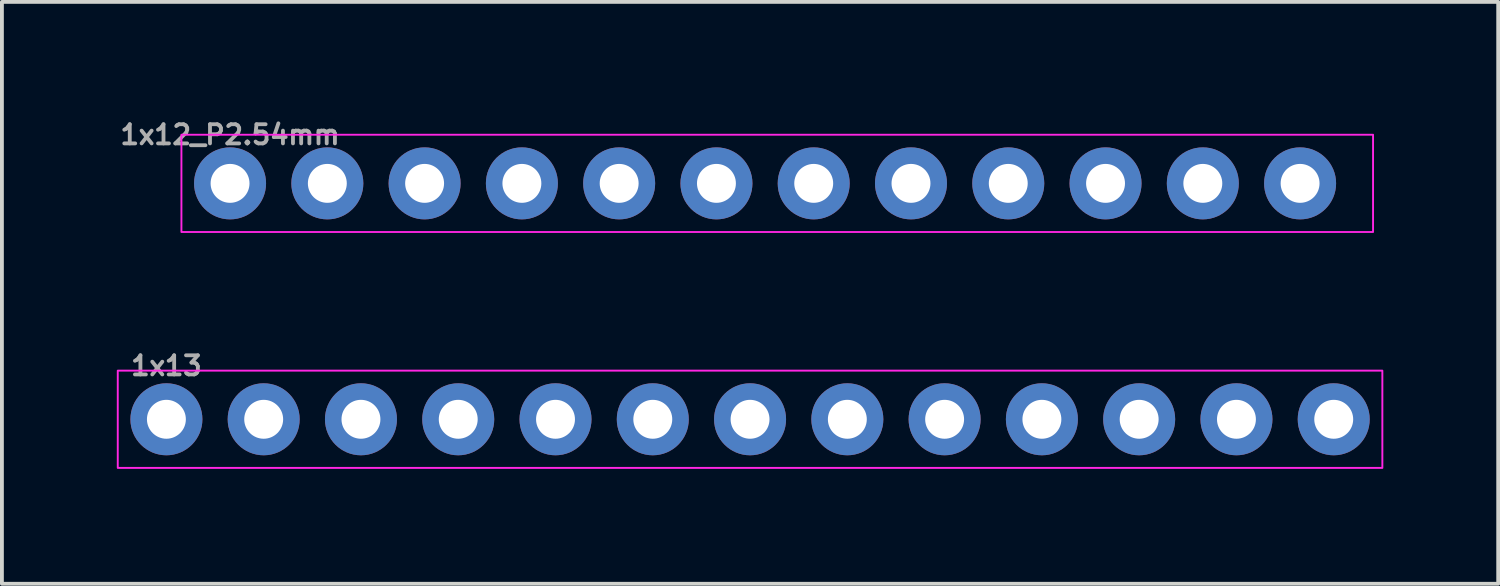
<source format=kicad_pcb>
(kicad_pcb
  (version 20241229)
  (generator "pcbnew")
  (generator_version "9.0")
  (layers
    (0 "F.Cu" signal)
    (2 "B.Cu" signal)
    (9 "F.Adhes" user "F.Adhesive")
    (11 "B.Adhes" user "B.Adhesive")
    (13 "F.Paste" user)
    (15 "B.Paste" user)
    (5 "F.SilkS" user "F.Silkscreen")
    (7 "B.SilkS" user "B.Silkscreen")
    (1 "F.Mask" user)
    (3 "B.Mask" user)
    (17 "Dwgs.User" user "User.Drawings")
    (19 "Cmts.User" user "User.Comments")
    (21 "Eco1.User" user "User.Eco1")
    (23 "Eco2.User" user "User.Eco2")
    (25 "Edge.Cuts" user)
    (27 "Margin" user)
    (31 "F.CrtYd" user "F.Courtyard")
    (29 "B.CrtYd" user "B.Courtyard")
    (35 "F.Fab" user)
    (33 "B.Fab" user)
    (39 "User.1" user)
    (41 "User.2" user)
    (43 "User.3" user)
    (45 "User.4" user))
  (footprint "1x13"
    (layer "F.Cu")
    (at 1.295 7.898)
    (property "Reference" "1x13" (at 0 -1.397 0) (layer "F.Fab") (effects (font (size 0.5 0.5) (thickness 0.1))))
    (fp_rect (start -1.27 -1.27) (end 31.75 1.27) (stroke (width 0.05) (type default)) (fill no) (layer "F.CrtYd"))
    (fp_poly (pts (xy -0.254 0.254) (xy 0.254 0.254) (xy 0.254 -0.254) (xy -0.254 -0.254)) (stroke (width 0.1) (type default)) (fill no) (layer "F.Fab"))
    (fp_poly (pts (xy 2.286 0.254) (xy 2.794 0.254) (xy 2.794 -0.254) (xy 2.286 -0.254)) (stroke (width 0.1) (type default)) (fill no) (layer "F.Fab"))
    (fp_poly (pts (xy 4.826 0.254) (xy 5.334 0.254) (xy 5.334 -0.254) (xy 4.826 -0.254)) (stroke (width 0.1) (type default)) (fill no) (layer "F.Fab"))
    (fp_poly (pts (xy 7.366 0.254) (xy 7.874 0.254) (xy 7.874 -0.254) (xy 7.366 -0.254)) (stroke (width 0.1) (type default)) (fill no) (layer "F.Fab"))
    (fp_poly (pts (xy 9.906 0.254) (xy 10.414 0.254) (xy 10.414 -0.254) (xy 9.906 -0.254)) (stroke (width 0.1) (type default)) (fill no) (layer "F.Fab"))
    (fp_poly (pts (xy 12.446 0.254) (xy 12.954 0.254) (xy 12.954 -0.254) (xy 12.446 -0.254)) (stroke (width 0.1) (type default)) (fill no) (layer "F.Fab"))
    (fp_poly (pts (xy 14.986 0.254) (xy 15.494 0.254) (xy 15.494 -0.254) (xy 14.986 -0.254)) (stroke (width 0.1) (type default)) (fill no) (layer "F.Fab"))
    (fp_poly (pts (xy 17.526 0.254) (xy 18.034 0.254) (xy 18.034 -0.254) (xy 17.526 -0.254)) (stroke (width 0.1) (type default)) (fill no) (layer "F.Fab"))
    (fp_poly (pts (xy 20.066 0.254) (xy 20.574 0.254) (xy 20.574 -0.254) (xy 20.066 -0.254)) (stroke (width 0.1) (type default)) (fill no) (layer "F.Fab"))
    (fp_poly (pts (xy 22.606 0.254) (xy 23.114 0.254) (xy 23.114 -0.254) (xy 22.606 -0.254)) (stroke (width 0.1) (type default)) (fill no) (layer "F.Fab"))
    (fp_poly (pts (xy 25.146 0.254) (xy 25.654 0.254) (xy 25.654 -0.254) (xy 25.146 -0.254)) (stroke (width 0.1) (type default)) (fill no) (layer "F.Fab"))
    (fp_poly (pts (xy 27.686 0.254) (xy 28.194 0.254) (xy 28.194 -0.254) (xy 27.686 -0.254)) (stroke (width 0.1) (type default)) (fill no) (layer "F.Fab"))
    (fp_poly (pts (xy 30.226 0.254) (xy 30.734 0.254) (xy 30.734 -0.254) (xy 30.226 -0.254)) (stroke (width 0.1) (type default)) (fill no) (layer "F.Fab"))
    (pad "1" thru_hole circle (at 0 0 90) (size 1.88 1.88) (drill 1.016) (layers "*.Cu" "*.Mask") (remove_unused_layers yes) (keep_end_layers yes) (zone_layer_connections))
    (pad "2" thru_hole circle (at 2.54 0 90) (size 1.88 1.88) (drill 1.016) (layers "*.Cu" "*.Mask") (remove_unused_layers yes) (keep_end_layers yes) (zone_layer_connections))
    (pad "3" thru_hole circle (at 5.08 0 90) (size 1.88 1.88) (drill 1.016) (layers "*.Cu" "*.Mask") (remove_unused_layers yes) (keep_end_layers yes) (zone_layer_connections))
    (pad "4" thru_hole circle (at 7.62 0 90) (size 1.88 1.88) (drill 1.016) (layers "*.Cu" "*.Mask") (remove_unused_layers yes) (keep_end_layers yes) (zone_layer_connections))
    (pad "5" thru_hole circle (at 10.16 0 90) (size 1.88 1.88) (drill 1.016) (layers "*.Cu" "*.Mask") (remove_unused_layers yes) (keep_end_layers yes) (zone_layer_connections))
    (pad "6" thru_hole circle (at 12.7 0 90) (size 1.88 1.88) (drill 1.016) (layers "*.Cu" "*.Mask") (remove_unused_layers yes) (keep_end_layers yes) (zone_layer_connections))
    (pad "7" thru_hole circle (at 15.24 0 90) (size 1.88 1.88) (drill 1.016) (layers "*.Cu" "*.Mask") (remove_unused_layers yes) (keep_end_layers yes) (zone_layer_connections))
    (pad "8" thru_hole circle (at 17.78 0 90) (size 1.88 1.88) (drill 1.016) (layers "*.Cu" "*.Mask") (remove_unused_layers yes) (keep_end_layers yes) (zone_layer_connections))
    (pad "9" thru_hole circle (at 20.32 0 90) (size 1.88 1.88) (drill 1.016) (layers "*.Cu" "*.Mask") (remove_unused_layers yes) (keep_end_layers yes) (zone_layer_connections))
    (pad "10" thru_hole circle (at 22.86 0 90) (size 1.88 1.88) (drill 1.016) (layers "*.Cu" "*.Mask") (remove_unused_layers yes) (keep_end_layers yes) (zone_layer_connections))
    (pad "11" thru_hole circle (at 25.4 0 90) (size 1.88 1.88) (drill 1.016) (layers "*.Cu" "*.Mask") (remove_unused_layers yes) (keep_end_layers yes) (zone_layer_connections))
    (pad "12" thru_hole circle (at 27.94 0 90) (size 1.88 1.88) (drill 1.016) (layers "*.Cu" "*.Mask") (remove_unused_layers yes) (keep_end_layers yes) (zone_layer_connections))
    (pad "13" thru_hole circle (at 30.48 0 90) (size 1.88 1.88) (drill 1.016) (layers "*.Cu" "*.Mask") (remove_unused_layers yes) (keep_end_layers yes) (zone_layer_connections)))
  (footprint "1x12_P2.54mm"
    (layer "F.Cu")
    (at 2.957 1.738)
    (property "Reference" "1x12_P2.54mm" (at 0 -1.27 0) (layer "F.Fab") (effects (font (size 0.5 0.5) (thickness 0.1))))
    (fp_rect (start -1.27 -1.27) (end 29.845 1.27) (stroke (width 0.05) (type default)) (fill no) (layer "F.CrtYd"))
    (pad "1" thru_hole circle (at 0 0 90) (size 1.88 1.88) (drill 1.016) (layers "*.Cu" "*.Mask") (remove_unused_layers yes) (keep_end_layers yes) (zone_layer_connections))
    (pad "2" thru_hole circle (at 2.54 0 90) (size 1.88 1.88) (drill 1.016) (layers "*.Cu" "*.Mask") (remove_unused_layers yes) (keep_end_layers yes) (zone_layer_connections))
    (pad "3" thru_hole circle (at 5.08 0 90) (size 1.88 1.88) (drill 1.016) (layers "*.Cu" "*.Mask") (remove_unused_layers yes) (keep_end_layers yes) (zone_layer_connections))
    (pad "4" thru_hole circle (at 7.62 0 90) (size 1.88 1.88) (drill 1.016) (layers "*.Cu" "*.Mask") (remove_unused_layers yes) (keep_end_layers yes) (zone_layer_connections))
    (pad "5" thru_hole circle (at 10.16 0 90) (size 1.88 1.88) (drill 1.016) (layers "*.Cu" "*.Mask") (remove_unused_layers yes) (keep_end_layers yes) (zone_layer_connections))
    (pad "6" thru_hole circle (at 12.7 0 90) (size 1.88 1.88) (drill 1.016) (layers "*.Cu" "*.Mask") (remove_unused_layers yes) (keep_end_layers yes) (zone_layer_connections))
    (pad "7" thru_hole circle (at 15.24 0 90) (size 1.88 1.88) (drill 1.016) (layers "*.Cu" "*.Mask") (remove_unused_layers yes) (keep_end_layers yes) (zone_layer_connections))
    (pad "8" thru_hole circle (at 17.78 0 90) (size 1.88 1.88) (drill 1.016) (layers "*.Cu" "*.Mask") (remove_unused_layers yes) (keep_end_layers yes) (zone_layer_connections))
    (pad "9" thru_hole circle (at 20.32 0 90) (size 1.88 1.88) (drill 1.016) (layers "*.Cu" "*.Mask") (remove_unused_layers yes) (keep_end_layers yes) (zone_layer_connections))
    (pad "10" thru_hole circle (at 22.86 0 90) (size 1.88 1.88) (drill 1.016) (layers "*.Cu" "*.Mask") (remove_unused_layers yes) (keep_end_layers yes) (zone_layer_connections))
    (pad "11" thru_hole circle (at 25.4 0 90) (size 1.88 1.88) (drill 1.016) (layers "*.Cu" "*.Mask") (remove_unused_layers yes) (keep_end_layers yes) (zone_layer_connections))
    (pad "12" thru_hole circle (at 27.94 0 90) (size 1.88 1.88) (drill 1.016) (layers "*.Cu" "*.Mask") (remove_unused_layers yes) (keep_end_layers yes) (zone_layer_connections)))
  (gr_rect
    (start -3 -3)
    (end 36.07 12.193)
    (stroke (width 0.1) (type default))
    (fill no)
    (layer "Edge.Cuts")))
</source>
